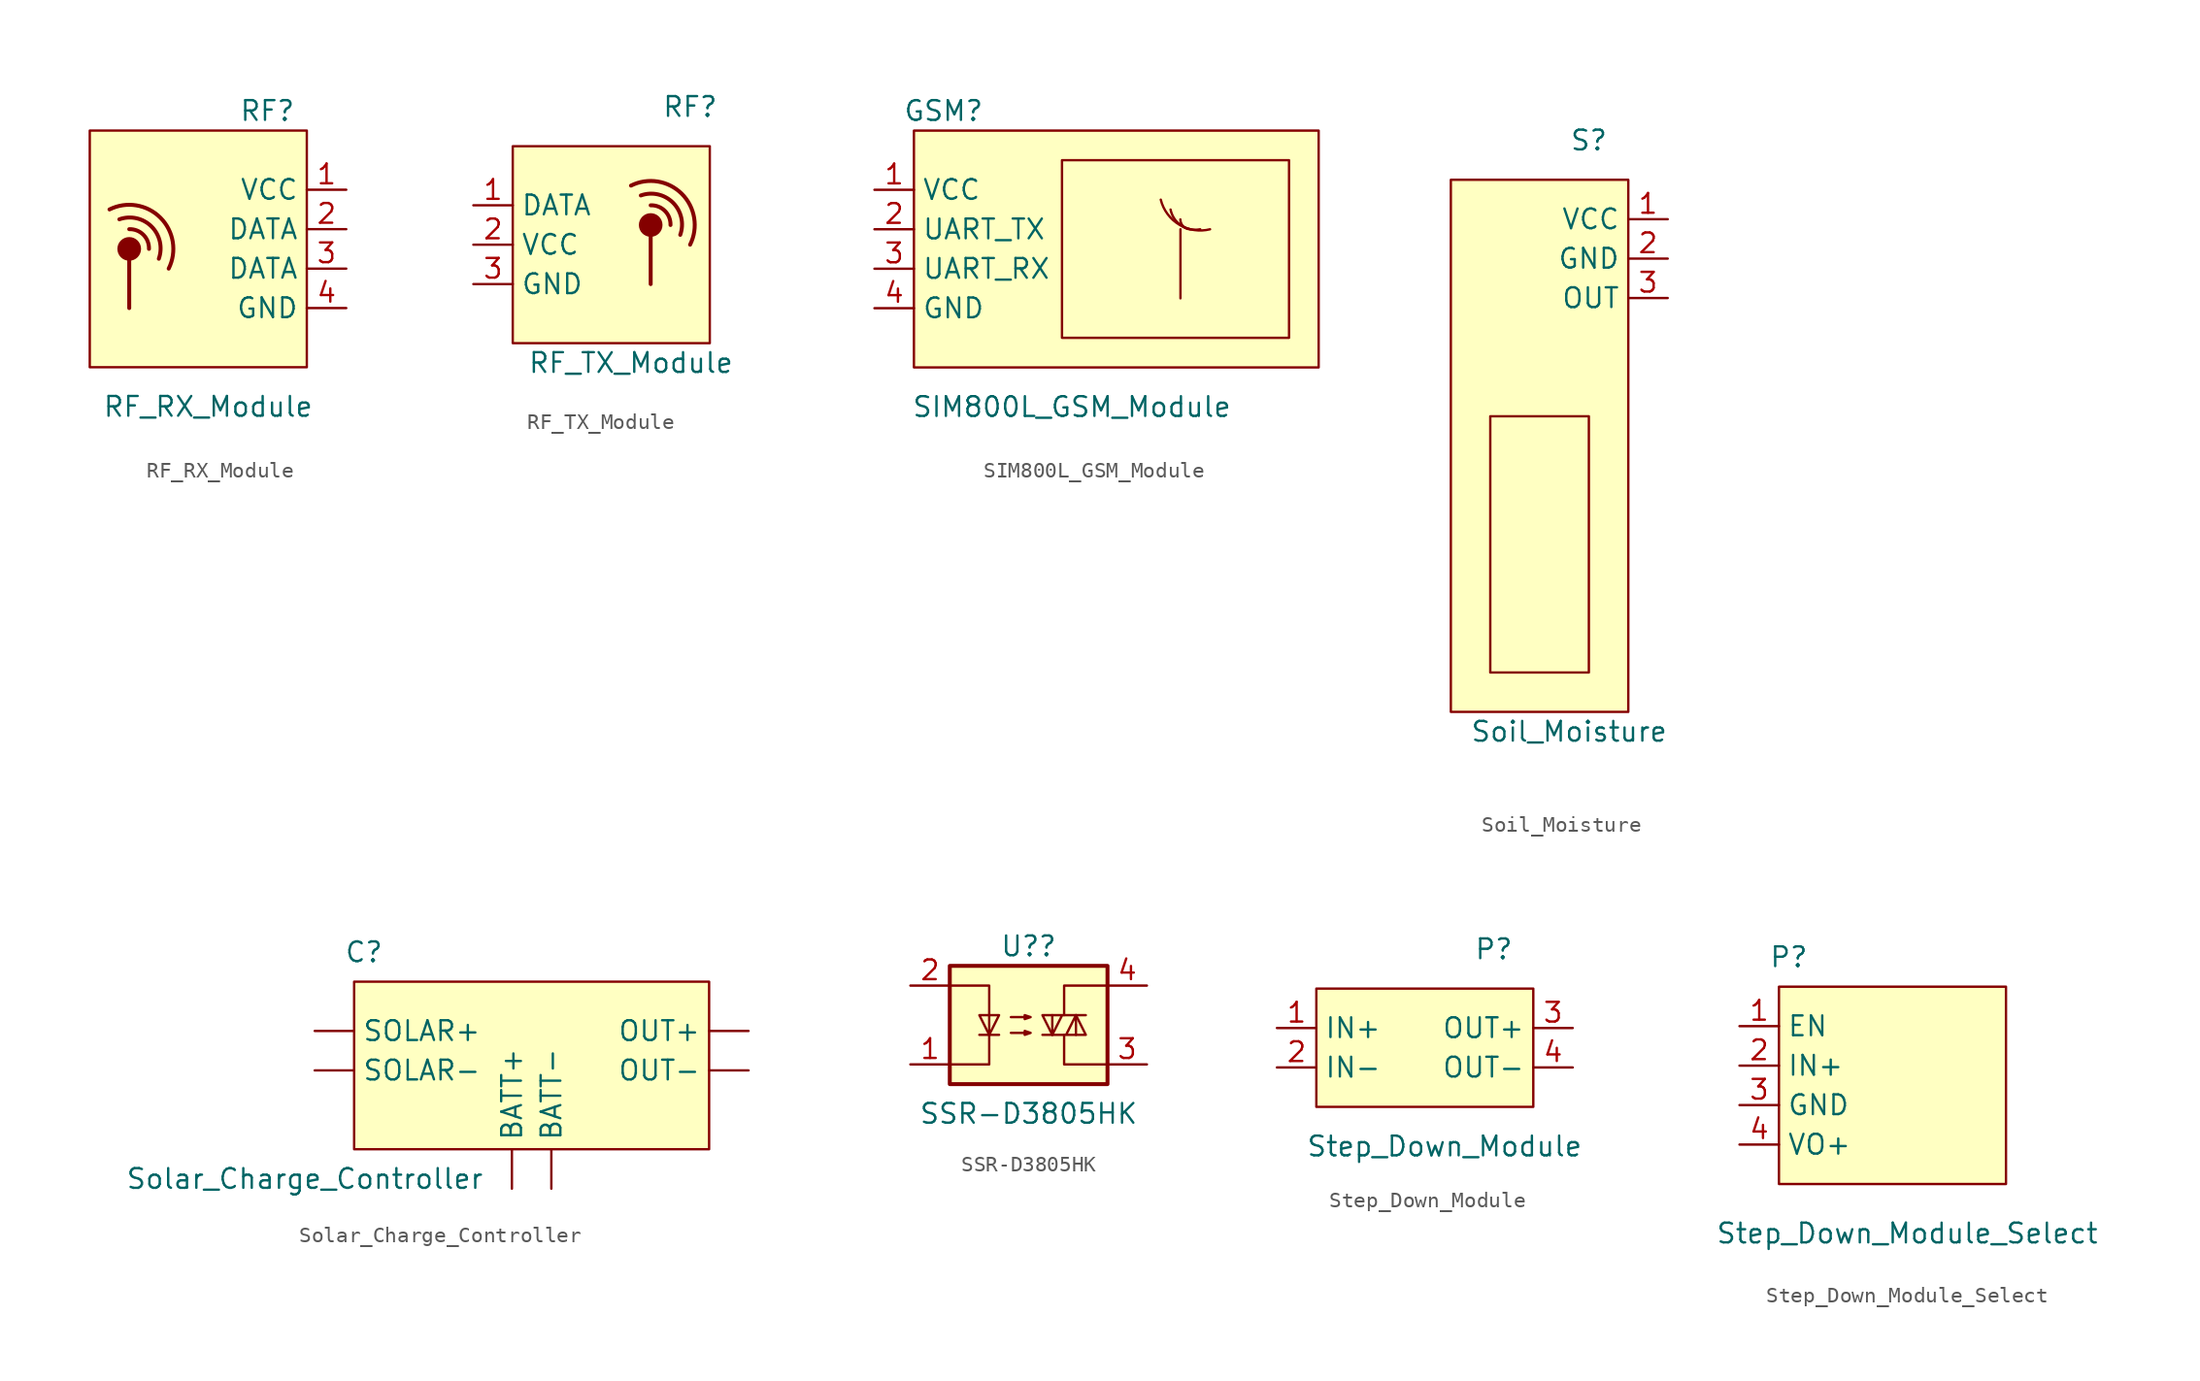
<source format=kicad_sym>
(kicad_symbol_lib
  (version 20211014)
  (generator kicad_symbol_editor)
  (symbol "RF_RX_Module"
    (property "Reference" "RF"
      (at 3.81 8.89 0)
      (effects (font (size 1.27 1.27))))
    (property "Value" "RF_RX_Module"
      (at 0 -10.16 0)
      (effects (font (size 1.27 1.27))))
    (symbol "RF_RX_Module_0_1"
      (rectangle (start -7.62 7.62) (end 6.35 -7.62) (stroke (width 0.152) (type default) (color 0 0 0 0)) (fill (type background)))
      (circle (center -5.08 0.0001) (radius 0.635) (stroke (width 0.254) (type default) (color 0 0 0 0)) (fill (type outline)))
      (arc (start -3.8099 0.0001) (mid -4.169 0.911) (end -5.0799 1.2701) (stroke (width 0.254) (type default) (color 0 0 0 0)) (fill (type none)))
      (arc (start -3.1749 -0.6349) (mid -3.6416 1.4384) (end -5.7149 1.9051) (stroke (width 0.254) (type default) (color 0 0 0 0)) (fill (type none)))
      (arc (start -2.5399 -1.2699) (mid -3.0719 2.0081) (end -6.3499 2.5401) (stroke (width 0.254) (type default) (color 0 0 0 0)) (fill (type none)))
      (polyline (pts (xy -5.08 -0.635) (xy -5.08 -3.81)) (stroke (width 0.254) (type default) (color 0 0 0 0)) (fill (type none))))
    (symbol "RF_RX_Module_1_1"
      (pin input line (at 8.89 3.81 180) (length 2.54) (name "VCC" (effects (font (size 1.27 1.27)))) (number "1" (effects (font (size 1.27 1.27)))))
      (pin input line (at 8.89 1.27 180) (length 2.54) (name "DATA" (effects (font (size 1.27 1.27)))) (number "2" (effects (font (size 1.27 1.27)))))
      (pin input line (at 8.89 -1.27 180) (length 2.54) (name "DATA" (effects (font (size 1.27 1.27)))) (number "3" (effects (font (size 1.27 1.27)))))
      (pin input line (at 8.89 -3.81 180) (length 2.54) (name "GND" (effects (font (size 1.27 1.27)))) (number "4" (effects (font (size 1.27 1.27)))))))
  (symbol "RF_TX_Module"
    (property "Reference" "RF"
      (at 2.54 8.89 0)
      (effects (font (size 1.27 1.27))))
    (property "Value" "RF_TX_Module"
      (at -1.27 -7.62 0)
      (effects (font (size 1.27 1.27))))
    (symbol "RF_TX_Module_0_1"
      (rectangle (start -8.89 6.35) (end 3.81 -6.35) (stroke (width 0.152) (type default) (color 0 0 0 0)) (fill (type background)))
      (polyline (pts (xy 0.0001 0.635) (xy 0.0001 -2.54)) (stroke (width 0.254) (type default) (color 0 0 0 0)) (fill (type none)))
      (circle (center 0.0001 1.27) (radius 0.635) (stroke (width 0.254) (type default) (color 0 0 0 0)) (fill (type outline)))
      (arc (start 1.2701 1.2701) (mid 0.911 2.181) (end 0.0001 2.5401) (stroke (width 0.254) (type default) (color 0 0 0 0)) (fill (type none)))
      (arc (start 1.9051 0.6351) (mid 1.4384 2.7084) (end -0.6349 3.1751) (stroke (width 0.254) (type default) (color 0 0 0 0)) (fill (type none)))
      (arc (start 2.5401 0.0001) (mid 2.0081 3.2781) (end -1.2699 3.8101) (stroke (width 0.254) (type default) (color 0 0 0 0)) (fill (type none))))
    (symbol "RF_TX_Module_1_1"
      (pin input line (at -11.43 2.54 0) (length 2.54) (name "DATA" (effects (font (size 1.27 1.27)))) (number "1" (effects (font (size 1.27 1.27)))))
      (pin input line (at -11.43 0 0) (length 2.54) (name "VCC" (effects (font (size 1.27 1.27)))) (number "2" (effects (font (size 1.27 1.27)))))
      (pin input line (at -11.43 -2.54 0) (length 2.54) (name "GND" (effects (font (size 1.27 1.27)))) (number "3" (effects (font (size 1.27 1.27)))))))
  (symbol "SIM800L_GSM_Module"
    (property "Reference" "GSM"
      (at -6.985 8.255 0)
      (effects (font (size 1.27 1.27))))
    (property "Value" "SIM800L_GSM_Module"
      (at 1.27 -10.795 0)
      (effects (font (size 1.27 1.27))))
    (symbol "SIM800L_GSM_Module_0_1"
      (rectangle (start -8.89 6.985) (end 17.145 -8.255) (stroke (width 0.152) (type default) (color 0 0 0 0)) (fill (type background)))
      (polyline (pts (xy 8.255 0.635) (xy 8.255 -3.81)) (stroke (width 0.152) (type default) (color 0 0 0 0)) (fill (type none)))
      (rectangle (start 0.635 5.08) (end 15.24 -6.35) (stroke (width 0.152) (type default) (color 0 0 0 0)) (fill (type none)))
      (arc (start 6.985 2.54) (mid 6.273 -2.2451) (end 10.16 0.635) (stroke (width 0.1524) (type default) (color 0 0 0 0)) (fill (type none)))
      (arc (start 7.62 1.905) (mid 7.0395 -1.0295) (end 9.525 0.635) (stroke (width 0.1524) (type default) (color 0 0 0 0)) (fill (type none)))
      (arc (start 8.255 1.27) (mid 7.806 0.186) (end 8.89 0.635) (stroke (width 0.1524) (type default) (color 0 0 0 0)) (fill (type none))))
    (symbol "SIM800L_GSM_Module_1_1"
      (pin input line (at -11.43 3.175 0) (length 2.54) (name "VCC" (effects (font (size 1.27 1.27)))) (number "1" (effects (font (size 1.27 1.27)))))
      (pin input line (at -11.43 0.635 0) (length 2.54) (name "UART_TX" (effects (font (size 1.27 1.27)))) (number "2" (effects (font (size 1.27 1.27)))))
      (pin input line (at -11.43 -1.905 0) (length 2.54) (name "UART_RX" (effects (font (size 1.27 1.27)))) (number "3" (effects (font (size 1.27 1.27)))))
      (pin input line (at -11.43 -4.445 0) (length 2.54) (name "GND" (effects (font (size 1.27 1.27)))) (number "4" (effects (font (size 1.27 1.27)))))))
  (symbol "Soil_Moisture"
    (property "Reference" "S"
      (at 2.54 17.78 0)
      (effects (font (size 1.27 1.27))))
    (property "Value" "Soil_Moisture"
      (at 1.27 -20.32 0)
      (effects (font (size 1.27 1.27))))
    (symbol "Soil_Moisture_0_1"
      (rectangle (start -3.81 0) (end 2.54 -16.51) (stroke (width 0.152) (type default) (color 0 0 0 0)) (fill (type none)))
      (rectangle (start 5.08 15.24) (end -6.35 -19.05) (stroke (width 0.152) (type default) (color 0 0 0 0)) (fill (type background))))
    (symbol "Soil_Moisture_1_1"
      (pin input line (at 7.62 12.7 180) (length 2.54) (name "VCC" (effects (font (size 1.27 1.27)))) (number "1" (effects (font (size 1.27 1.27)))))
      (pin input line (at 7.62 10.16 180) (length 2.54) (name "GND" (effects (font (size 1.27 1.27)))) (number "2" (effects (font (size 1.27 1.27)))))
      (pin input line (at 7.62 7.62 180) (length 2.54) (name "OUT" (effects (font (size 1.27 1.27)))) (number "3" (effects (font (size 1.27 1.27)))))))
  (symbol "Solar_Charge_Controller"
    (property "Reference" "C"
      (at -10.16 5.08 0)
      (effects (font (size 1.27 1.27))))
    (property "Value" "Solar_Charge_Controller"
      (at -13.97 -9.525 0)
      (effects (font (size 1.27 1.27))))
    (symbol "Solar_Charge_Controller_0_1"
      (rectangle (start -10.795 -7.62) (end 12.065 3.175) (stroke (width 0.152) (type default) (color 0 0 0 0)) (fill (type background))))
    (symbol "Solar_Charge_Controller_1_1"
      (pin input line (at -0.635 -10.16 90) (length 2.54) (name "BATT+" (effects (font (size 1.27 1.27)))) (number "" (effects (font (size 1.27 1.27)))))
      (pin input line (at 1.905 -10.16 90) (length 2.54) (name "BATT-" (effects (font (size 1.27 1.27)))) (number "" (effects (font (size 1.27 1.27)))))
      (pin input line (at 14.605 0 180) (length 2.54) (name "OUT+" (effects (font (size 1.27 1.27)))) (number "" (effects (font (size 1.27 1.27)))))
      (pin input line (at 14.605 -2.54 180) (length 2.54) (name "OUT-" (effects (font (size 1.27 1.27)))) (number "" (effects (font (size 1.27 1.27)))))
      (pin input line (at -13.335 0 0) (length 2.54) (name "SOLAR+" (effects (font (size 1.27 1.27)))) (number "" (effects (font (size 1.27 1.27)))))
      (pin input line (at -13.335 -2.54 0) (length 2.54) (name "SOLAR-" (effects (font (size 1.27 1.27)))) (number "" (effects (font (size 1.27 1.27)))))))
  (symbol "SSR-D3805HK"
    (property "Reference" "U?"
      (at 0 5.08 0)
      (effects (font (size 1.27 1.27))))
    (property "Value" "SSR-D3805HK"
      (at 0 -5.715 0)
      (effects (font (size 1.27 1.27))))
    (symbol "SSR-D3805HK_0_1"
      (rectangle (start -5.08 3.81) (end 5.08 -3.81) (stroke (width 0.254) (type default) (color 0 0 0 0)) (fill (type background)))
      (polyline (pts (xy -3.175 -0.635) (xy -1.905 -0.635)) (stroke (width 0) (type default) (color 0 0 0 0)) (fill (type none)))
      (polyline (pts (xy 1.524 -0.635) (xy 1.524 0.635)) (stroke (width 0) (type default) (color 0 0 0 0)) (fill (type none)))
      (polyline (pts (xy 3.048 0.635) (xy 3.048 -0.635)) (stroke (width 0) (type default) (color 0 0 0 0)) (fill (type none)))
      (polyline (pts (xy 2.286 -0.635) (xy 2.286 -2.54) (xy 5.08 -2.54)) (stroke (width 0) (type default) (color 0 0 0 0)) (fill (type none)))
      (polyline (pts (xy 2.286 0.635) (xy 2.286 2.54) (xy 5.08 2.54)) (stroke (width 0) (type default) (color 0 0 0 0)) (fill (type none)))
      (polyline (pts (xy -5.08 2.54) (xy -2.54 2.54) (xy -2.54 -2.54) (xy -5.08 -2.54)) (stroke (width 0) (type default) (color 0 0 0 0)) (fill (type none)))
      (polyline (pts (xy -2.54 -0.635) (xy -3.175 0.635) (xy -1.905 0.635) (xy -2.54 -0.635)) (stroke (width 0) (type default) (color 0 0 0 0)) (fill (type none)))
      (polyline (pts (xy 0.889 -0.635) (xy 3.683 -0.635) (xy 3.048 0.635) (xy 2.413 -0.635)) (stroke (width 0) (type default) (color 0 0 0 0)) (fill (type none)))
      (polyline (pts (xy 3.683 0.635) (xy 0.889 0.635) (xy 1.524 -0.635) (xy 2.159 0.635)) (stroke (width 0) (type default) (color 0 0 0 0)) (fill (type none)))
      (polyline (pts (xy -1.143 -0.508) (xy 0.127 -0.508) (xy -0.254 -0.635) (xy -0.254 -0.381) (xy 0.127 -0.508)) (stroke (width 0) (type default) (color 0 0 0 0)) (fill (type none)))
      (polyline (pts (xy -1.143 0.508) (xy 0.127 0.508) (xy -0.254 0.381) (xy -0.254 0.635) (xy 0.127 0.508)) (stroke (width 0) (type default) (color 0 0 0 0)) (fill (type none))))
    (symbol "SSR-D3805HK_1_1"
      (pin passive line (at -7.62 -2.54 0) (length 2.54) (name "~" (effects (font (size 1.27 1.27)))) (number "1" (effects (font (size 1.27 1.27)))))
      (pin passive line (at -7.62 2.54 0) (length 2.54) (name "~" (effects (font (size 1.27 1.27)))) (number "2" (effects (font (size 1.27 1.27)))))
      (pin passive line (at 7.62 -2.54 180) (length 2.54) (name "~" (effects (font (size 1.27 1.27)))) (number "3" (effects (font (size 1.27 1.27)))))
      (pin passive line (at 7.62 2.54 180) (length 2.54) (name "~" (effects (font (size 1.27 1.27)))) (number "4" (effects (font (size 1.27 1.27)))))))
  (symbol "Step_Down_Module"
    (property "Reference" "P"
      (at 3.81 6.35 0)
      (effects (font (size 1.27 1.27))))
    (property "Value" "Step_Down_Module"
      (at 0.635 -6.35 0)
      (effects (font (size 1.27 1.27))))
    (symbol "Step_Down_Module_0_1"
      (rectangle (start -7.62 3.81) (end 6.35 -3.81) (stroke (width 0.152) (type default) (color 0 0 0 0)) (fill (type background))))
    (symbol "Step_Down_Module_1_1"
      (pin input line (at -10.16 1.27 0) (length 2.54) (name "IN+" (effects (font (size 1.27 1.27)))) (number "1" (effects (font (size 1.27 1.27)))))
      (pin input line (at -10.16 -1.27 0) (length 2.54) (name "IN-" (effects (font (size 1.27 1.27)))) (number "2" (effects (font (size 1.27 1.27)))))
      (pin input line (at 8.89 1.27 180) (length 2.54) (name "OUT+" (effects (font (size 1.27 1.27)))) (number "3" (effects (font (size 1.27 1.27)))))
      (pin input line (at 8.89 -1.27 180) (length 2.54) (name "OUT-" (effects (font (size 1.27 1.27)))) (number "4" (effects (font (size 1.27 1.27)))))))
  (symbol "Step_Down_Module_Select"
    (property "Reference" "P"
      (at -6.985 5.715 0)
      (effects (font (size 1.27 1.27))))
    (property "Value" "Step_Down_Module_Select"
      (at 0.635 -12.065 0)
      (effects (font (size 1.27 1.27))))
    (symbol "Step_Down_Module_Select_0_1"
      (rectangle (start -7.62 3.81) (end 6.985 -8.89) (stroke (width 0.152) (type default) (color 0 0 0 0)) (fill (type background))))
    (symbol "Step_Down_Module_Select_1_1"
      (pin input line (at -10.16 1.27 0) (length 2.54) (name "EN" (effects (font (size 1.27 1.27)))) (number "1" (effects (font (size 1.27 1.27)))))
      (pin input line (at -10.16 -1.27 0) (length 2.54) (name "IN+" (effects (font (size 1.27 1.27)))) (number "2" (effects (font (size 1.27 1.27)))))
      (pin input line (at -10.16 -3.81 0) (length 2.54) (name "GND" (effects (font (size 1.27 1.27)))) (number "3" (effects (font (size 1.27 1.27)))))
      (pin input line (at -10.16 -6.35 0) (length 2.54) (name "VO+" (effects (font (size 1.27 1.27)))) (number "4" (effects (font (size 1.27 1.27))))))))
</source>
